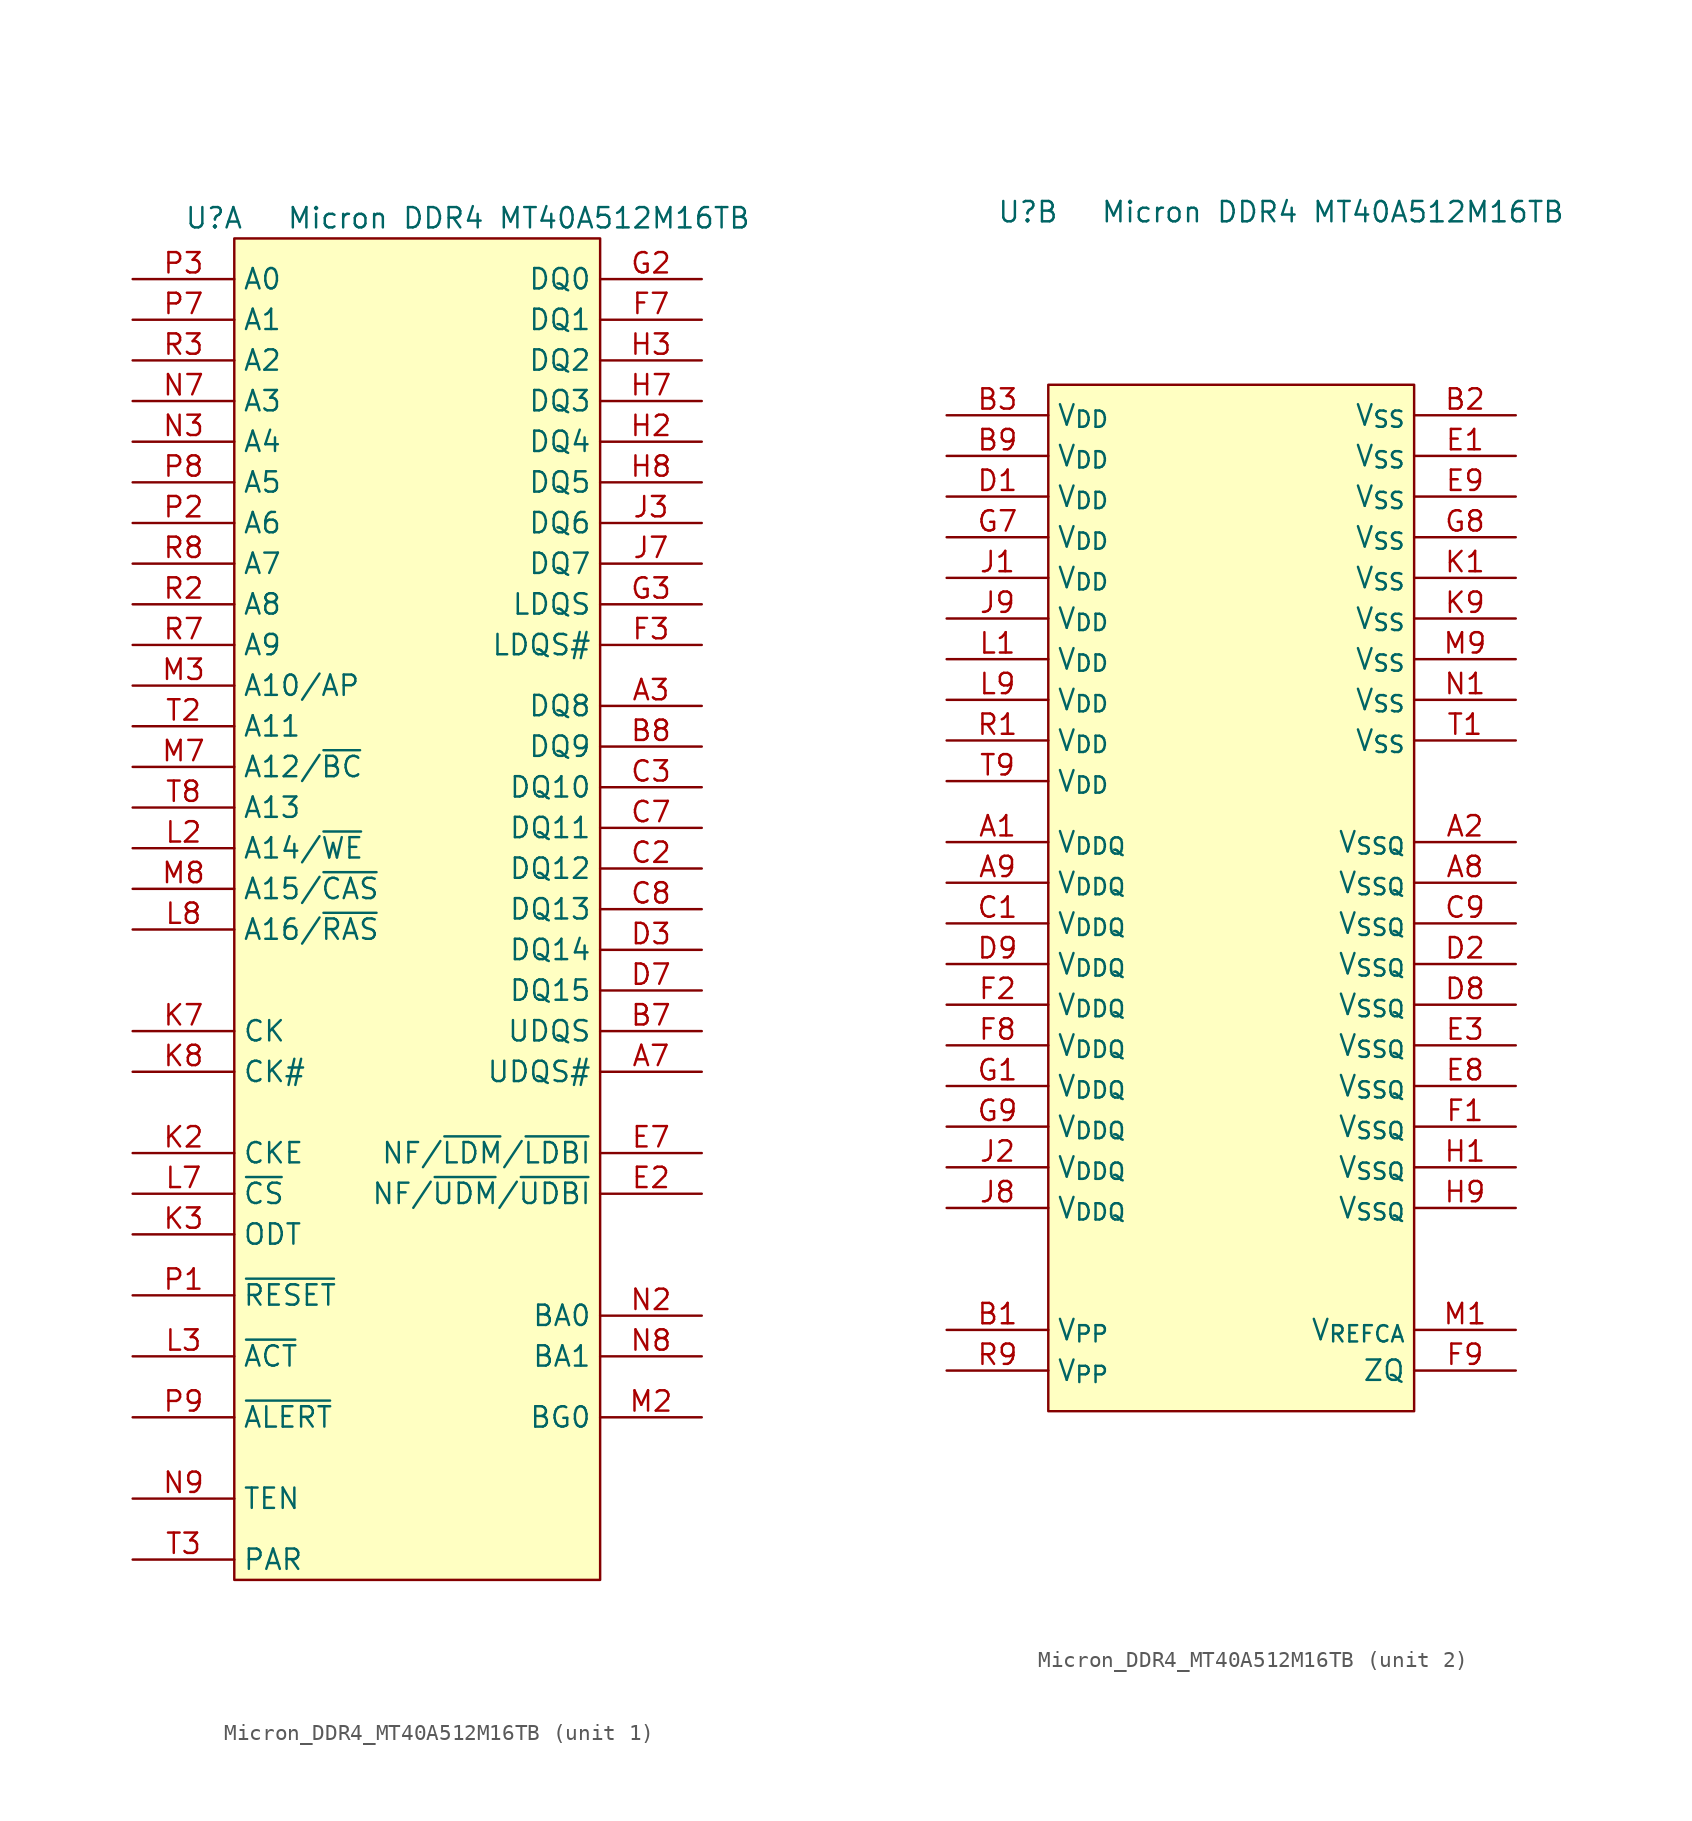
<source format=kicad_sym>
(kicad_symbol_lib
  (version 20220914)
  (generator kicad_symbol_editor)
  (symbol "Micron_DDR4_MT40A512M16TB"
    (property "Reference" "U"
      (at -12.7 39.37 0)
      (effects (font (size 1.27 1.27))))
    (property "Value" "Micron DDR4 MT40A512M16TB"
      (at 6.35 39.37 0)
      (effects (font (size 1.27 1.27))))
    (property "ki_locked" ""
      (at 0 0 0)
      (effects (font (size 1.27 1.27))))
    (symbol "Micron_DDR4_MT40A512M16TB_1_1"
      (rectangle (start -11.43 38.1) (end 11.43 -45.72) (stroke (width 0) (type default)) (fill (type background)))
      (pin bidirectional line (at 17.78 8.89 180) (length 6.35) (name "DQ8" (effects (font (size 1.27 1.27)))) (number "A3" (effects (font (size 1.27 1.27)))))
      (pin bidirectional line (at 17.78 -13.97 180) (length 6.35) (name "UDQS#" (effects (font (size 1.27 1.27)))) (number "A7" (effects (font (size 1.27 1.27)))))
      (pin bidirectional line (at 17.78 -11.43 180) (length 6.35) (name "UDQS" (effects (font (size 1.27 1.27)))) (number "B7" (effects (font (size 1.27 1.27)))))
      (pin bidirectional line (at 17.78 6.35 180) (length 6.35) (name "DQ9" (effects (font (size 1.27 1.27)))) (number "B8" (effects (font (size 1.27 1.27)))))
      (pin bidirectional line (at 17.78 -1.27 180) (length 6.35) (name "DQ12" (effects (font (size 1.27 1.27)))) (number "C2" (effects (font (size 1.27 1.27)))))
      (pin bidirectional line (at 17.78 3.81 180) (length 6.35) (name "DQ10" (effects (font (size 1.27 1.27)))) (number "C3" (effects (font (size 1.27 1.27)))))
      (pin bidirectional line (at 17.78 1.27 180) (length 6.35) (name "DQ11" (effects (font (size 1.27 1.27)))) (number "C7" (effects (font (size 1.27 1.27)))))
      (pin bidirectional line (at 17.78 -3.81 180) (length 6.35) (name "DQ13" (effects (font (size 1.27 1.27)))) (number "C8" (effects (font (size 1.27 1.27)))))
      (pin bidirectional line (at 17.78 -6.35 180) (length 6.35) (name "DQ14" (effects (font (size 1.27 1.27)))) (number "D3" (effects (font (size 1.27 1.27)))))
      (pin bidirectional line (at 17.78 -8.89 180) (length 6.35) (name "DQ15" (effects (font (size 1.27 1.27)))) (number "D7" (effects (font (size 1.27 1.27)))))
      (pin input line (at 17.78 -21.59 180) (length 6.35) (name "NF/~{UDM}/~{UDBI}" (effects (font (size 1.27 1.27)))) (number "E2" (effects (font (size 1.27 1.27)))))
      (pin input line (at 17.78 -19.05 180) (length 6.35) (name "NF/~{LDM}/~{LDBI}" (effects (font (size 1.27 1.27)))) (number "E7" (effects (font (size 1.27 1.27)))))
      (pin bidirectional line (at 17.78 12.7 180) (length 6.35) (name "LDQS#" (effects (font (size 1.27 1.27)))) (number "F3" (effects (font (size 1.27 1.27)))))
      (pin bidirectional line (at 17.78 33.02 180) (length 6.35) (name "DQ1" (effects (font (size 1.27 1.27)))) (number "F7" (effects (font (size 1.27 1.27)))))
      (pin bidirectional line (at 17.78 35.56 180) (length 6.35) (name "DQ0" (effects (font (size 1.27 1.27)))) (number "G2" (effects (font (size 1.27 1.27)))))
      (pin bidirectional line (at 17.78 15.24 180) (length 6.35) (name "LDQS" (effects (font (size 1.27 1.27)))) (number "G3" (effects (font (size 1.27 1.27)))))
      (pin bidirectional line (at 17.78 25.4 180) (length 6.35) (name "DQ4" (effects (font (size 1.27 1.27)))) (number "H2" (effects (font (size 1.27 1.27)))))
      (pin bidirectional line (at 17.78 30.48 180) (length 6.35) (name "DQ2" (effects (font (size 1.27 1.27)))) (number "H3" (effects (font (size 1.27 1.27)))))
      (pin bidirectional line (at 17.78 27.94 180) (length 6.35) (name "DQ3" (effects (font (size 1.27 1.27)))) (number "H7" (effects (font (size 1.27 1.27)))))
      (pin bidirectional line (at 17.78 22.86 180) (length 6.35) (name "DQ5" (effects (font (size 1.27 1.27)))) (number "H8" (effects (font (size 1.27 1.27)))))
      (pin bidirectional line (at 17.78 20.32 180) (length 6.35) (name "DQ6" (effects (font (size 1.27 1.27)))) (number "J3" (effects (font (size 1.27 1.27)))))
      (pin bidirectional line (at 17.78 17.78 180) (length 6.35) (name "DQ7" (effects (font (size 1.27 1.27)))) (number "J7" (effects (font (size 1.27 1.27)))))
      (pin input line (at -17.78 -19.05 0) (length 6.35) (name "CKE" (effects (font (size 1.27 1.27)))) (number "K2" (effects (font (size 1.27 1.27)))))
      (pin input line (at -17.78 -24.13 0) (length 6.35) (name "ODT" (effects (font (size 1.27 1.27)))) (number "K3" (effects (font (size 1.27 1.27)))))
      (pin input line (at -17.78 -11.43 0) (length 6.35) (name "CK" (effects (font (size 1.27 1.27)))) (number "K7" (effects (font (size 1.27 1.27)))))
      (pin input line (at -17.78 -13.97 0) (length 6.35) (name "CK#" (effects (font (size 1.27 1.27)))) (number "K8" (effects (font (size 1.27 1.27)))))
      (pin input line (at -17.78 0 0) (length 6.35) (name "A14/~{WE}" (effects (font (size 1.27 1.27)))) (number "L2" (effects (font (size 1.27 1.27)))))
      (pin input line (at -17.78 -31.75 0) (length 6.35) (name "~{ACT}" (effects (font (size 1.27 1.27)))) (number "L3" (effects (font (size 1.27 1.27)))))
      (pin input line (at -17.78 -21.59 0) (length 6.35) (name "~{CS}" (effects (font (size 1.27 1.27)))) (number "L7" (effects (font (size 1.27 1.27)))))
      (pin input line (at -17.78 -5.08 0) (length 6.35) (name "A16/~{RAS}" (effects (font (size 1.27 1.27)))) (number "L8" (effects (font (size 1.27 1.27)))))
      (pin input line (at 17.78 -35.56 180) (length 6.35) (name "BG0" (effects (font (size 1.27 1.27)))) (number "M2" (effects (font (size 1.27 1.27)))))
      (pin input line (at -17.78 10.16 0) (length 6.35) (name "A10/AP" (effects (font (size 1.27 1.27)))) (number "M3" (effects (font (size 1.27 1.27)))))
      (pin input line (at -17.78 5.08 0) (length 6.35) (name "A12/~{BC}" (effects (font (size 1.27 1.27)))) (number "M7" (effects (font (size 1.27 1.27)))))
      (pin input line (at -17.78 -2.54 0) (length 6.35) (name "A15/~{CAS}" (effects (font (size 1.27 1.27)))) (number "M8" (effects (font (size 1.27 1.27)))))
      (pin input line (at 17.78 -29.21 180) (length 6.35) (name "BA0" (effects (font (size 1.27 1.27)))) (number "N2" (effects (font (size 1.27 1.27)))))
      (pin input line (at -17.78 25.4 0) (length 6.35) (name "A4" (effects (font (size 1.27 1.27)))) (number "N3" (effects (font (size 1.27 1.27)))))
      (pin input line (at -17.78 27.94 0) (length 6.35) (name "A3" (effects (font (size 1.27 1.27)))) (number "N7" (effects (font (size 1.27 1.27)))))
      (pin input line (at 17.78 -31.75 180) (length 6.35) (name "BA1" (effects (font (size 1.27 1.27)))) (number "N8" (effects (font (size 1.27 1.27)))))
      (pin input line (at -17.78 -40.64 0) (length 6.35) (name "TEN" (effects (font (size 1.27 1.27)))) (number "N9" (effects (font (size 1.27 1.27)))))
      (pin input line (at -17.78 -27.94 0) (length 6.35) (name "~{RESET}" (effects (font (size 1.27 1.27)))) (number "P1" (effects (font (size 1.27 1.27)))))
      (pin input line (at -17.78 20.32 0) (length 6.35) (name "A6" (effects (font (size 1.27 1.27)))) (number "P2" (effects (font (size 1.27 1.27)))))
      (pin input line (at -17.78 35.56 0) (length 6.35) (name "A0" (effects (font (size 1.27 1.27)))) (number "P3" (effects (font (size 1.27 1.27)))))
      (pin input line (at -17.78 33.02 0) (length 6.35) (name "A1" (effects (font (size 1.27 1.27)))) (number "P7" (effects (font (size 1.27 1.27)))))
      (pin input line (at -17.78 22.86 0) (length 6.35) (name "A5" (effects (font (size 1.27 1.27)))) (number "P8" (effects (font (size 1.27 1.27)))))
      (pin input line (at -17.78 -35.56 0) (length 6.35) (name "~{ALERT}" (effects (font (size 1.27 1.27)))) (number "P9" (effects (font (size 1.27 1.27)))))
      (pin input line (at -17.78 15.24 0) (length 6.35) (name "A8" (effects (font (size 1.27 1.27)))) (number "R2" (effects (font (size 1.27 1.27)))))
      (pin input line (at -17.78 30.48 0) (length 6.35) (name "A2" (effects (font (size 1.27 1.27)))) (number "R3" (effects (font (size 1.27 1.27)))))
      (pin input line (at -17.78 12.7 0) (length 6.35) (name "A9" (effects (font (size 1.27 1.27)))) (number "R7" (effects (font (size 1.27 1.27)))))
      (pin input line (at -17.78 17.78 0) (length 6.35) (name "A7" (effects (font (size 1.27 1.27)))) (number "R8" (effects (font (size 1.27 1.27)))))
      (pin input line (at -17.78 7.62 0) (length 6.35) (name "A11" (effects (font (size 1.27 1.27)))) (number "T2" (effects (font (size 1.27 1.27)))))
      (pin input line (at -17.78 -44.45 0) (length 6.35) (name "PAR" (effects (font (size 1.27 1.27)))) (number "T3" (effects (font (size 1.27 1.27)))))
      (pin input line (at -17.78 2.54 0) (length 6.35) (name "A13" (effects (font (size 1.27 1.27)))) (number "T8" (effects (font (size 1.27 1.27))))))
    (symbol "Micron_DDR4_MT40A512M16TB_2_1"
      (rectangle (start -11.43 28.575) (end 11.43 -35.56) (stroke (width 0) (type default)) (fill (type background)))
      (pin power_in line (at -17.78 0 0) (length 6.35) (name "V_{DDQ}" (effects (font (size 1.27 1.27)))) (number "A1" (effects (font (size 1.27 1.27)))))
      (pin power_in line (at 17.78 0 180) (length 6.35) (name "V_{SSQ}" (effects (font (size 1.27 1.27)))) (number "A2" (effects (font (size 1.27 1.27)))))
      (pin power_in line (at 17.78 -2.54 180) (length 6.35) (name "V_{SSQ}" (effects (font (size 1.27 1.27)))) (number "A8" (effects (font (size 1.27 1.27)))))
      (pin power_in line (at -17.78 -2.54 0) (length 6.35) (name "V_{DDQ}" (effects (font (size 1.27 1.27)))) (number "A9" (effects (font (size 1.27 1.27)))))
      (pin power_in line (at -17.78 -30.48 0) (length 6.35) (name "V_{PP}" (effects (font (size 1.27 1.27)))) (number "B1" (effects (font (size 1.27 1.27)))))
      (pin power_in line (at 17.78 26.67 180) (length 6.35) (name "V_{SS}" (effects (font (size 1.27 1.27)))) (number "B2" (effects (font (size 1.27 1.27)))))
      (pin power_in line (at -17.78 26.67 0) (length 6.35) (name "V_{DD}" (effects (font (size 1.27 1.27)))) (number "B3" (effects (font (size 1.27 1.27)))))
      (pin power_in line (at -17.78 24.13 0) (length 6.35) (name "V_{DD}" (effects (font (size 1.27 1.27)))) (number "B9" (effects (font (size 1.27 1.27)))))
      (pin power_in line (at -17.78 -5.08 0) (length 6.35) (name "V_{DDQ}" (effects (font (size 1.27 1.27)))) (number "C1" (effects (font (size 1.27 1.27)))))
      (pin power_in line (at 17.78 -5.08 180) (length 6.35) (name "V_{SSQ}" (effects (font (size 1.27 1.27)))) (number "C9" (effects (font (size 1.27 1.27)))))
      (pin power_in line (at -17.78 21.59 0) (length 6.35) (name "V_{DD}" (effects (font (size 1.27 1.27)))) (number "D1" (effects (font (size 1.27 1.27)))))
      (pin power_in line (at 17.78 -7.62 180) (length 6.35) (name "V_{SSQ}" (effects (font (size 1.27 1.27)))) (number "D2" (effects (font (size 1.27 1.27)))))
      (pin power_in line (at 17.78 -10.16 180) (length 6.35) (name "V_{SSQ}" (effects (font (size 1.27 1.27)))) (number "D8" (effects (font (size 1.27 1.27)))))
      (pin power_in line (at -17.78 -7.62 0) (length 6.35) (name "V_{DDQ}" (effects (font (size 1.27 1.27)))) (number "D9" (effects (font (size 1.27 1.27)))))
      (pin power_in line (at 17.78 24.13 180) (length 6.35) (name "V_{SS}" (effects (font (size 1.27 1.27)))) (number "E1" (effects (font (size 1.27 1.27)))))
      (pin power_in line (at 17.78 -12.7 180) (length 6.35) (name "V_{SSQ}" (effects (font (size 1.27 1.27)))) (number "E3" (effects (font (size 1.27 1.27)))))
      (pin power_in line (at 17.78 -15.24 180) (length 6.35) (name "V_{SSQ}" (effects (font (size 1.27 1.27)))) (number "E8" (effects (font (size 1.27 1.27)))))
      (pin power_in line (at 17.78 21.59 180) (length 6.35) (name "V_{SS}" (effects (font (size 1.27 1.27)))) (number "E9" (effects (font (size 1.27 1.27)))))
      (pin power_in line (at 17.78 -17.78 180) (length 6.35) (name "V_{SSQ}" (effects (font (size 1.27 1.27)))) (number "F1" (effects (font (size 1.27 1.27)))))
      (pin power_in line (at -17.78 -10.16 0) (length 6.35) (name "V_{DDQ}" (effects (font (size 1.27 1.27)))) (number "F2" (effects (font (size 1.27 1.27)))))
      (pin power_in line (at -17.78 -12.7 0) (length 6.35) (name "V_{DDQ}" (effects (font (size 1.27 1.27)))) (number "F8" (effects (font (size 1.27 1.27)))))
      (pin input line (at 17.78 -33.02 180) (length 6.35) (name "ZQ" (effects (font (size 1.27 1.27)))) (number "F9" (effects (font (size 1.27 1.27)))))
      (pin power_in line (at -17.78 -15.24 0) (length 6.35) (name "V_{DDQ}" (effects (font (size 1.27 1.27)))) (number "G1" (effects (font (size 1.27 1.27)))))
      (pin power_in line (at -17.78 19.05 0) (length 6.35) (name "V_{DD}" (effects (font (size 1.27 1.27)))) (number "G7" (effects (font (size 1.27 1.27)))))
      (pin power_in line (at 17.78 19.05 180) (length 6.35) (name "V_{SS}" (effects (font (size 1.27 1.27)))) (number "G8" (effects (font (size 1.27 1.27)))))
      (pin power_in line (at -17.78 -17.78 0) (length 6.35) (name "V_{DDQ}" (effects (font (size 1.27 1.27)))) (number "G9" (effects (font (size 1.27 1.27)))))
      (pin power_in line (at 17.78 -20.32 180) (length 6.35) (name "V_{SSQ}" (effects (font (size 1.27 1.27)))) (number "H1" (effects (font (size 1.27 1.27)))))
      (pin power_in line (at 17.78 -22.86 180) (length 6.35) (name "V_{SSQ}" (effects (font (size 1.27 1.27)))) (number "H9" (effects (font (size 1.27 1.27)))))
      (pin power_in line (at -17.78 16.51 0) (length 6.35) (name "V_{DD}" (effects (font (size 1.27 1.27)))) (number "J1" (effects (font (size 1.27 1.27)))))
      (pin power_in line (at -17.78 -20.32 0) (length 6.35) (name "V_{DDQ}" (effects (font (size 1.27 1.27)))) (number "J2" (effects (font (size 1.27 1.27)))))
      (pin power_in line (at -17.78 -22.86 0) (length 6.35) (name "V_{DDQ}" (effects (font (size 1.27 1.27)))) (number "J8" (effects (font (size 1.27 1.27)))))
      (pin power_in line (at -17.78 13.97 0) (length 6.35) (name "V_{DD}" (effects (font (size 1.27 1.27)))) (number "J9" (effects (font (size 1.27 1.27)))))
      (pin power_in line (at 17.78 16.51 180) (length 6.35) (name "V_{SS}" (effects (font (size 1.27 1.27)))) (number "K1" (effects (font (size 1.27 1.27)))))
      (pin power_in line (at 17.78 13.97 180) (length 6.35) (name "V_{SS}" (effects (font (size 1.27 1.27)))) (number "K9" (effects (font (size 1.27 1.27)))))
      (pin power_in line (at -17.78 11.43 0) (length 6.35) (name "V_{DD}" (effects (font (size 1.27 1.27)))) (number "L1" (effects (font (size 1.27 1.27)))))
      (pin power_in line (at -17.78 8.89 0) (length 6.35) (name "V_{DD}" (effects (font (size 1.27 1.27)))) (number "L9" (effects (font (size 1.27 1.27)))))
      (pin input line (at 17.78 -30.48 180) (length 6.35) (name "V_{REFCA}" (effects (font (size 1.27 1.27)))) (number "M1" (effects (font (size 1.27 1.27)))))
      (pin power_in line (at 17.78 11.43 180) (length 6.35) (name "V_{SS}" (effects (font (size 1.27 1.27)))) (number "M9" (effects (font (size 1.27 1.27)))))
      (pin power_in line (at 17.78 8.89 180) (length 6.35) (name "V_{SS}" (effects (font (size 1.27 1.27)))) (number "N1" (effects (font (size 1.27 1.27)))))
      (pin power_in line (at -17.78 6.35 0) (length 6.35) (name "V_{DD}" (effects (font (size 1.27 1.27)))) (number "R1" (effects (font (size 1.27 1.27)))))
      (pin power_in line (at -17.78 -33.02 0) (length 6.35) (name "V_{PP}" (effects (font (size 1.27 1.27)))) (number "R9" (effects (font (size 1.27 1.27)))))
      (pin power_in line (at 17.78 6.35 180) (length 6.35) (name "V_{SS}" (effects (font (size 1.27 1.27)))) (number "T1" (effects (font (size 1.27 1.27)))))
      (pin no_connect line (at -2.54 -41.91 90) (length 6.35) hide (name "NF/NC" (effects (font (size 1.27 1.27)))) (number "T7" (effects (font (size 1.27 1.27)))))
      (pin power_in line (at -17.78 3.81 0) (length 6.35) (name "V_{DD}" (effects (font (size 1.27 1.27)))) (number "T9" (effects (font (size 1.27 1.27))))))))
</source>
